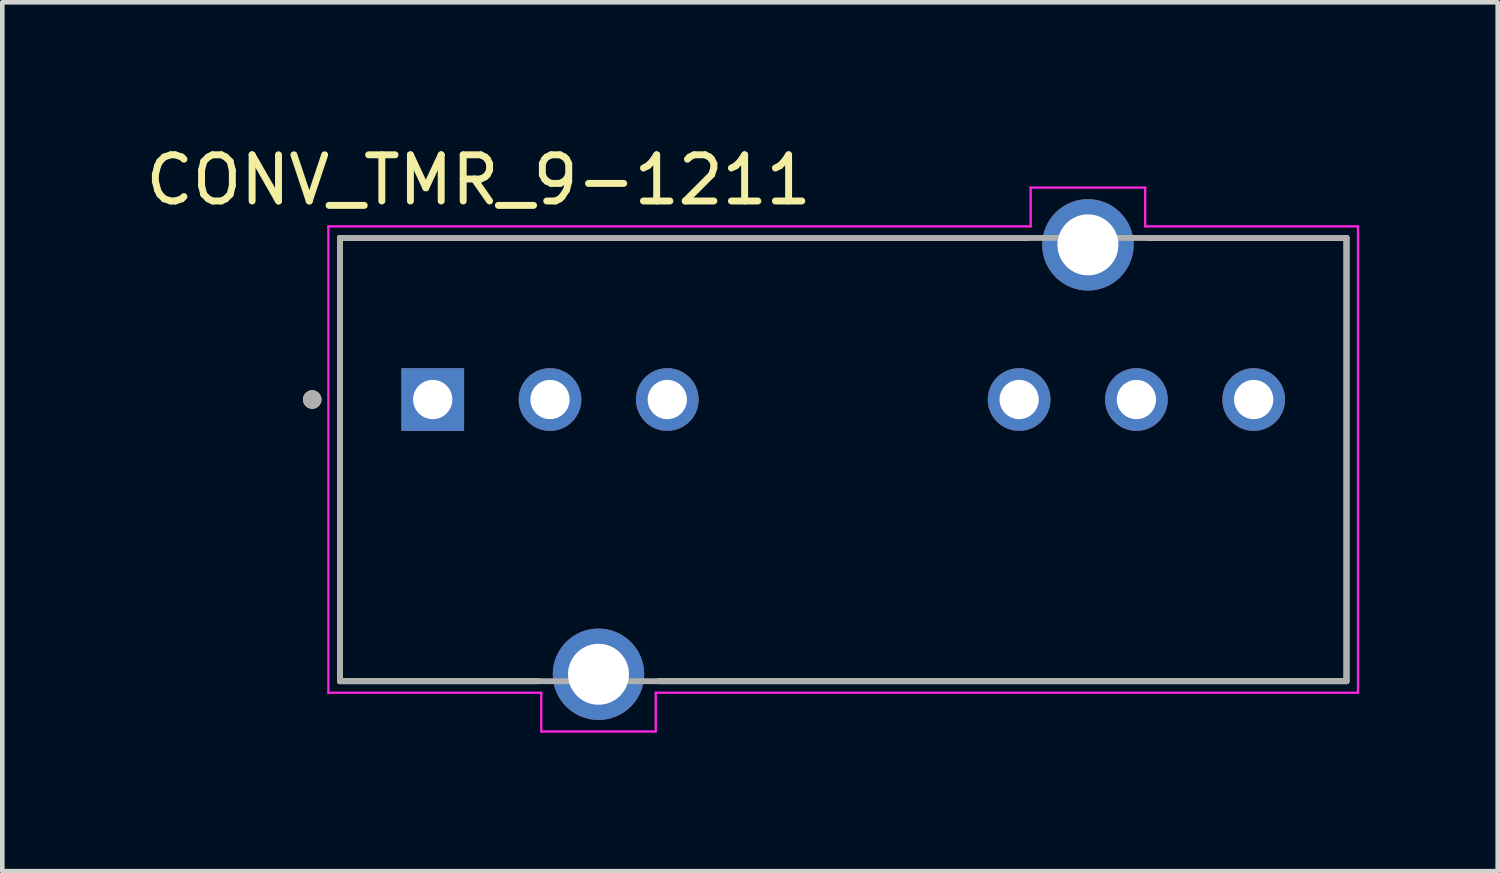
<source format=kicad_pcb>
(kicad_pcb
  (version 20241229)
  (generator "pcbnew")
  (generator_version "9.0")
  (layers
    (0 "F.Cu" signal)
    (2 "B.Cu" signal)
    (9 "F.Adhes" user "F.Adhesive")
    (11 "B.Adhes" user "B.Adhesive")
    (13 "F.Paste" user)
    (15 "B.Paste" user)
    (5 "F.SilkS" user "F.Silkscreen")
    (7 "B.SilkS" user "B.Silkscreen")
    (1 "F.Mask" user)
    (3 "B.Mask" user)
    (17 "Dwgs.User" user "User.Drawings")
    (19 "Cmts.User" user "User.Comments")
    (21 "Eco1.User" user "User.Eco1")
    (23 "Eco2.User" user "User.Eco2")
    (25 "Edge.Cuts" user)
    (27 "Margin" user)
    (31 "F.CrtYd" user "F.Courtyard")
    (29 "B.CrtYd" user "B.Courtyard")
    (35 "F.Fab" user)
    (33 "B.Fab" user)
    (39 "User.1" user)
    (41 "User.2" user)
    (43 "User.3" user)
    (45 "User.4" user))
  (footprint "CONV_TMR_9-1211"
    (layer "F.Cu")
    (at 15.212 6.903)
    (property "Reference" "CONV_TMR_9-1211" (at -7.897 -6.055 0) (layer "F.SilkS") (effects (font (size 1 1) (thickness 0.15))))
    (attr through_hole)
    (fp_line (start -10.9 4.8) (end -10.9 -4.8) (stroke (width 0.127) (type solid)) (layer "F.SilkS"))
    (fp_line (start -6.604 4.8) (end -10.9 4.8) (stroke (width 0.127) (type solid)) (layer "F.SilkS"))
    (fp_line (start 3.997 -4.8) (end -10.9 -4.8) (stroke (width 0.127) (type solid)) (layer "F.SilkS"))
    (fp_line (start 10.9 -4.8) (end 6.604 -4.8) (stroke (width 0.127) (type solid)) (layer "F.SilkS"))
    (fp_line (start 10.9 4.8) (end -3.997 4.8) (stroke (width 0.127) (type solid)) (layer "F.SilkS"))
    (fp_line (start 10.9 4.8) (end 10.9 -4.8) (stroke (width 0.127) (type solid)) (layer "F.SilkS"))
    (fp_circle (center -11.5 -1.3) (end -11.4 -1.3) (stroke (width 0.2) (type solid)) (fill no) (layer "F.SilkS"))
    (fp_line (start -11.15 5.05) (end -11.15 -5.05) (stroke (width 0.05) (type solid)) (layer "F.CrtYd"))
    (fp_line (start -6.54 5.05) (end -11.15 5.05) (stroke (width 0.05) (type solid)) (layer "F.CrtYd"))
    (fp_line (start -6.54 5.89) (end -6.54 5.05) (stroke (width 0.05) (type solid)) (layer "F.CrtYd"))
    (fp_line (start -4.06 5.05) (end -4.06 5.89) (stroke (width 0.05) (type solid)) (layer "F.CrtYd"))
    (fp_line (start -4.06 5.89) (end -6.54 5.89) (stroke (width 0.05) (type solid)) (layer "F.CrtYd"))
    (fp_line (start 4.06 -5.89) (end 6.54 -5.89) (stroke (width 0.05) (type solid)) (layer "F.CrtYd"))
    (fp_line (start 4.06 -5.05) (end -11.15 -5.05) (stroke (width 0.05) (type solid)) (layer "F.CrtYd"))
    (fp_line (start 4.06 -5.05) (end 4.06 -5.89) (stroke (width 0.05) (type solid)) (layer "F.CrtYd"))
    (fp_line (start 6.54 -5.89) (end 6.54 -5.05) (stroke (width 0.05) (type solid)) (layer "F.CrtYd"))
    (fp_line (start 11.15 -5.05) (end 6.54 -5.05) (stroke (width 0.05) (type solid)) (layer "F.CrtYd"))
    (fp_line (start 11.15 5.05) (end -4.06 5.05) (stroke (width 0.05) (type solid)) (layer "F.CrtYd"))
    (fp_line (start 11.15 5.05) (end 11.15 -5.05) (stroke (width 0.05) (type solid)) (layer "F.CrtYd"))
    (fp_line (start -10.9 4.8) (end -10.9 -4.8) (stroke (width 0.127) (type solid)) (layer "F.Fab"))
    (fp_line (start 10.9 -4.8) (end -10.9 -4.8) (stroke (width 0.127) (type solid)) (layer "F.Fab"))
    (fp_line (start 10.9 4.8) (end -10.9 4.8) (stroke (width 0.127) (type solid)) (layer "F.Fab"))
    (fp_line (start 10.9 4.8) (end 10.9 -4.8) (stroke (width 0.127) (type solid)) (layer "F.Fab"))
    (fp_circle (center -11.5 -1.3) (end -11.4 -1.3) (stroke (width 0.2) (type solid)) (fill no) (layer "F.Fab"))
    (pad "1" thru_hole rect (at -8.89 -1.3) (size 1.358 1.358) (drill 0.85) (layers "*.Cu" "*.Mask"))
    (pad "2" thru_hole circle (at -6.35 -1.3) (size 1.358 1.358) (drill 0.85) (layers "*.Cu" "*.Mask"))
    (pad "3" thru_hole circle (at -3.81 -1.3) (size 1.358 1.358) (drill 0.85) (layers "*.Cu" "*.Mask"))
    (pad "6" thru_hole circle (at 3.81 -1.3) (size 1.358 1.358) (drill 0.85) (layers "*.Cu" "*.Mask"))
    (pad "7" thru_hole circle (at 6.35 -1.3) (size 1.358 1.358) (drill 0.85) (layers "*.Cu" "*.Mask"))
    (pad "8" thru_hole circle (at 8.89 -1.3) (size 1.358 1.358) (drill 0.85) (layers "*.Cu" "*.Mask"))
    (pad "9" thru_hole circle (at -5.3 4.65) (size 1.98 1.98) (drill 1.32) (layers "*.Cu" "*.Mask"))
    (pad "12" thru_hole circle (at 5.3 -4.65) (size 1.98 1.98) (drill 1.32) (layers "*.Cu" "*.Mask")))
  (gr_rect
    (start -3 -3)
    (end 29.387 15.818)
    (stroke (width 0.1) (type default))
    (fill no)
    (layer "Edge.Cuts")))
</source>
